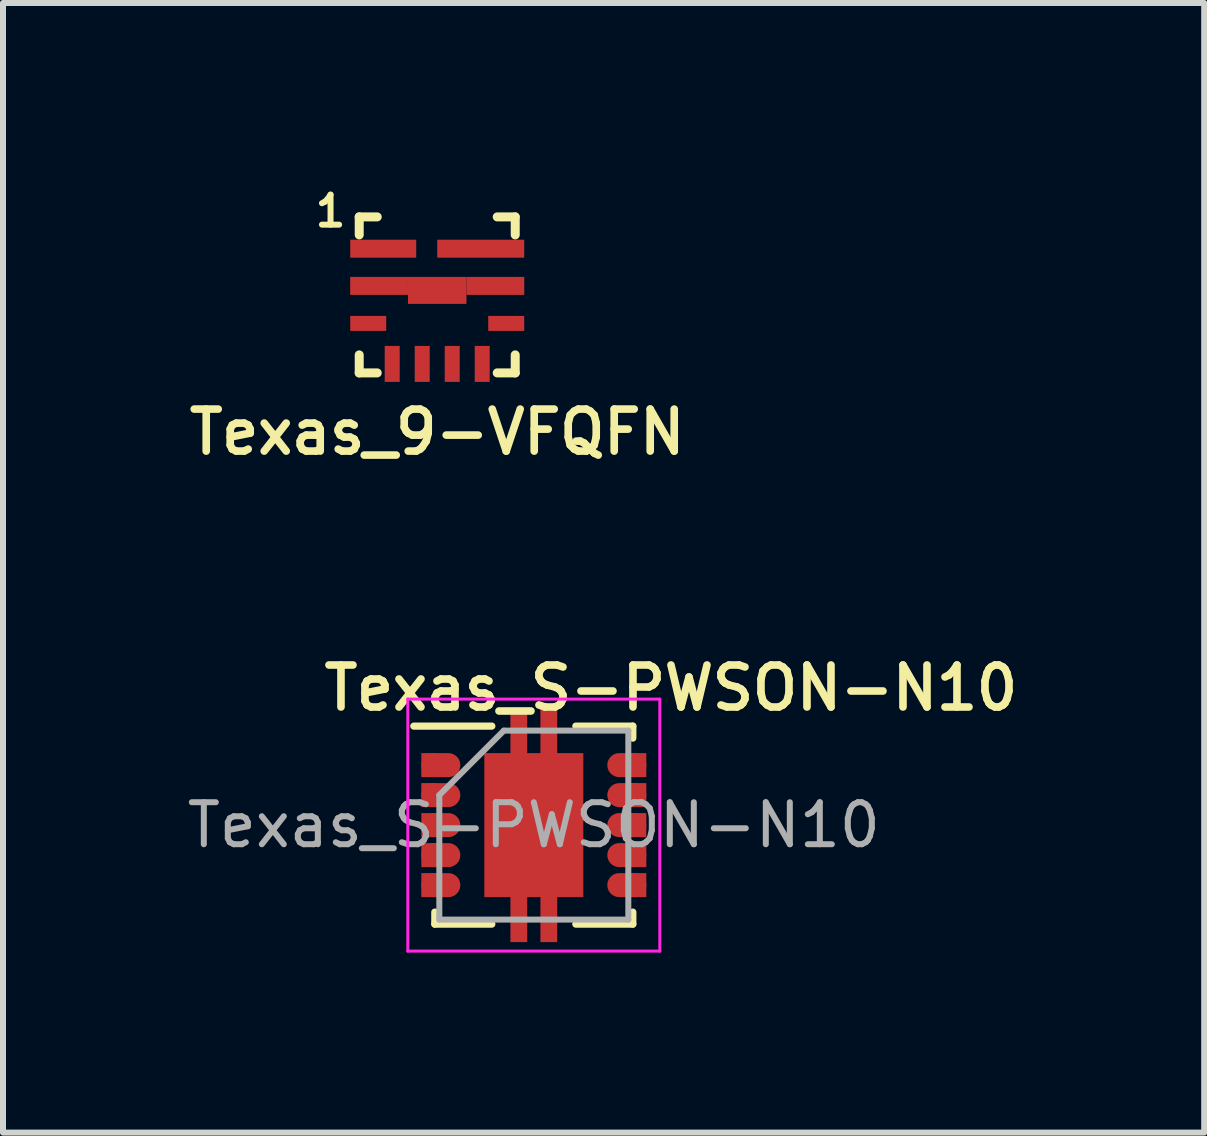
<source format=kicad_pcb>
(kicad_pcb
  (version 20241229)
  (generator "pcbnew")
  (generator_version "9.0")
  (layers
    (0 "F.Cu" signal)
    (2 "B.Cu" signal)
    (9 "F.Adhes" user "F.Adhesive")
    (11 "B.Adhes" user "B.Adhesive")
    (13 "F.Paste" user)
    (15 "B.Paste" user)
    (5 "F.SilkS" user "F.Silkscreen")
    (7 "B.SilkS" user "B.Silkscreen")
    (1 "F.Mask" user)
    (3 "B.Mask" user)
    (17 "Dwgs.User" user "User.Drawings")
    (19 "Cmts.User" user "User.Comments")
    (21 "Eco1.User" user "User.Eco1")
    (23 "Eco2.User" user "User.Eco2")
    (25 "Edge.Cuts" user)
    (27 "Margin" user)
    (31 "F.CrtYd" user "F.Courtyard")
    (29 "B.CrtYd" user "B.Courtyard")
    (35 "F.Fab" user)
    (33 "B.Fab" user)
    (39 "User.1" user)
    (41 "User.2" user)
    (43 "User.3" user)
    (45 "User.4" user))
  (footprint "Texas_S-PWSON-N10"
    (layer "F.Cu")
    (at 5.847 10.702)
    (property "Reference" "Texas_S-PWSON-N10" (at 2.286 -2.286 0) (layer "F.SilkS") (effects (font (size 0.7 0.7) (thickness 0.127))))
    (attr smd)
    (fp_line (start -2 -1.65) (end -0.7 -1.65) (stroke (width 0.12) (type solid)) (layer "F.SilkS"))
    (fp_line (start -1.65 1.65) (end -1.65 1.45) (stroke (width 0.12) (type solid)) (layer "F.SilkS"))
    (fp_line (start -1.65 1.65) (end -0.7 1.65) (stroke (width 0.12) (type solid)) (layer "F.SilkS"))
    (fp_line (start 0.7 -1.65) (end 1.65 -1.65) (stroke (width 0.12) (type solid)) (layer "F.SilkS"))
    (fp_line (start 0.7 1.65) (end 1.65 1.65) (stroke (width 0.12) (type solid)) (layer "F.SilkS"))
    (fp_line (start 1.65 -1.45) (end 1.65 -1.65) (stroke (width 0.12) (type solid)) (layer "F.SilkS"))
    (fp_line (start 1.65 1.45) (end 1.65 1.65) (stroke (width 0.12) (type solid)) (layer "F.SilkS"))
    (fp_line (start -2.1 -2.1) (end -2.1 2.1) (stroke (width 0.05) (type solid)) (layer "F.CrtYd"))
    (fp_line (start -2.1 -2.1) (end 2.1 -2.1) (stroke (width 0.05) (type solid)) (layer "F.CrtYd"))
    (fp_line (start -2.1 2.1) (end 2.1 2.1) (stroke (width 0.05) (type solid)) (layer "F.CrtYd"))
    (fp_line (start 2.1 -2.1) (end 2.1 2.1) (stroke (width 0.05) (type solid)) (layer "F.CrtYd"))
    (fp_line (start -1.575 1.575) (end -1.575 -0.5) (stroke (width 0.1) (type solid)) (layer "F.Fab"))
    (fp_line (start -0.5 -1.575) (end -1.575 -0.5) (stroke (width 0.1) (type solid)) (layer "F.Fab"))
    (fp_line (start -0.5 -1.575) (end 1.575 -1.575) (stroke (width 0.1) (type solid)) (layer "F.Fab"))
    (fp_line (start 1.575 -1.575) (end 1.575 1.575) (stroke (width 0.1) (type solid)) (layer "F.Fab"))
    (fp_line (start 1.575 1.575) (end -1.575 1.575) (stroke (width 0.1) (type solid)) (layer "F.Fab"))
    (fp_text user "${REFERENCE}" (at 0 0 0) (layer "F.Fab") (effects (font (size 0.7 0.7) (thickness 0.1))))
    (pad "1" smd rect (at -1.75 -1) (size 0.25 0.4) (layers "F.Cu" "F.Mask" "F.Paste"))
    (pad "1" smd oval (at -1.55 -1) (size 0.65 0.4) (layers "F.Cu" "F.Mask" "F.Paste"))
    (pad "2" smd rect (at -1.75 -0.5) (size 0.25 0.4) (layers "F.Cu" "F.Mask" "F.Paste"))
    (pad "2" smd oval (at -1.55 -0.5) (size 0.65 0.4) (layers "F.Cu" "F.Mask" "F.Paste"))
    (pad "3" smd rect (at -1.75 0) (size 0.25 0.4) (layers "F.Cu" "F.Mask" "F.Paste"))
    (pad "3" smd oval (at -1.55 0) (size 0.65 0.4) (layers "F.Cu" "F.Mask" "F.Paste"))
    (pad "4" smd rect (at -1.75 0.5) (size 0.25 0.4) (layers "F.Cu" "F.Mask" "F.Paste"))
    (pad "4" smd oval (at -1.55 0.5) (size 0.65 0.4) (layers "F.Cu" "F.Mask" "F.Paste"))
    (pad "5" smd rect (at -1.75 1) (size 0.25 0.4) (layers "F.Cu" "F.Mask" "F.Paste"))
    (pad "5" smd oval (at -1.55 1) (size 0.65 0.4) (layers "F.Cu" "F.Mask" "F.Paste"))
    (pad "6" smd oval (at 1.55 1) (size 0.65 0.4) (layers "F.Cu" "F.Mask" "F.Paste"))
    (pad "6" smd rect (at 1.75 1) (size 0.25 0.4) (layers "F.Cu" "F.Mask" "F.Paste"))
    (pad "7" smd oval (at 1.55 0.5) (size 0.65 0.4) (layers "F.Cu" "F.Mask" "F.Paste"))
    (pad "7" smd rect (at 1.75 0.5) (size 0.25 0.4) (layers "F.Cu" "F.Mask" "F.Paste"))
    (pad "8" smd oval (at 1.55 0) (size 0.65 0.4) (layers "F.Cu" "F.Mask" "F.Paste"))
    (pad "8" smd rect (at 1.75 0) (size 0.25 0.4) (layers "F.Cu" "F.Mask" "F.Paste"))
    (pad "9" smd oval (at 1.55 -0.5) (size 0.65 0.4) (layers "F.Cu" "F.Mask" "F.Paste"))
    (pad "9" smd rect (at 1.75 -0.5) (size 0.25 0.4) (layers "F.Cu" "F.Mask" "F.Paste"))
    (pad "10" smd oval (at 1.55 -1) (size 0.65 0.4) (layers "F.Cu" "F.Mask" "F.Paste"))
    (pad "10" smd rect (at 1.75 -1) (size 0.25 0.4) (layers "F.Cu" "F.Mask" "F.Paste"))
    (pad "11" smd rect (at -0.45 -0.635) (size 0.68 1.05) (layers "F.Cu" "F.Mask" "F.Paste"))
    (pad "11" smd rect (at -0.45 0.635) (size 0.68 1.05) (layers "F.Cu" "F.Mask" "F.Paste"))
    (pad "11" smd rect (at -0.25 -1.55) (size 0.26 0.5) (layers "F.Cu" "F.Mask" "F.Paste"))
    (pad "11" smd rect (at -0.25 -1.55) (size 0.28 0.8) (layers "F.Cu" "F.Mask"))
    (pad "11" smd rect (at -0.25 1.55) (size 0.26 0.5) (layers "F.Cu" "F.Mask" "F.Paste"))
    (pad "11" smd rect (at -0.25 1.55) (size 0.28 0.8) (layers "F.Cu" "F.Mask"))
    (pad "11" smd rect (at 0 0) (size 1.65 2.4) (layers "F.Cu" "F.Mask"))
    (pad "11" smd rect (at 0.25 -1.55) (size 0.26 0.5) (layers "F.Cu" "F.Mask" "F.Paste"))
    (pad "11" smd rect (at 0.25 -1.55) (size 0.28 0.8) (layers "F.Cu" "F.Mask"))
    (pad "11" smd rect (at 0.25 1.55) (size 0.26 0.5) (layers "F.Cu" "F.Mask" "F.Paste"))
    (pad "11" smd rect (at 0.25 1.55) (size 0.28 0.8) (layers "F.Cu" "F.Mask"))
    (pad "11" smd rect (at 0.45 -0.635) (size 0.68 1.05) (layers "F.Cu" "F.Mask" "F.Paste"))
    (pad "11" smd rect (at 0.45 0.635) (size 0.68 1.05) (layers "F.Cu" "F.Mask" "F.Paste")))
  (footprint "Texas_9-VFQFN"
    (layer "F.Cu")
    (at 4.237 1.865)
    (property "Reference" "Texas_9-VFQFN" (at 0 2.286 0) (layer "F.SilkS") (effects (font (size 0.7 0.7) (thickness 0.127))))
    (attr through_hole)
    (fp_line (start -1.3 -1.3) (end -1.3 -1) (stroke (width 0.15) (type solid)) (layer "F.SilkS"))
    (fp_line (start -1.3 -1.3) (end -1 -1.3) (stroke (width 0.15) (type solid)) (layer "F.SilkS"))
    (fp_line (start -1.3 1.3) (end -1.3 1) (stroke (width 0.15) (type solid)) (layer "F.SilkS"))
    (fp_line (start -1.3 1.3) (end -1 1.3) (stroke (width 0.15) (type solid)) (layer "F.SilkS"))
    (fp_line (start 1.3 -1.3) (end 1 -1.3) (stroke (width 0.15) (type solid)) (layer "F.SilkS"))
    (fp_line (start 1.3 -1.3) (end 1.3 -1) (stroke (width 0.15) (type solid)) (layer "F.SilkS"))
    (fp_line (start 1.3 1.3) (end 1 1.3) (stroke (width 0.15) (type solid)) (layer "F.SilkS"))
    (fp_line (start 1.3 1.3) (end 1.3 1) (stroke (width 0.15) (type solid)) (layer "F.SilkS"))
    (fp_text user "1" (at -1.778 -1.397 0) (layer "F.SilkS") (effects (font (size 0.5 0.5) (thickness 0.1))))
    (pad "1" smd rect (at -0.9 -0.77) (size 1.1 0.3) (layers "F.Cu" "F.Mask" "F.Paste"))
    (pad "2" smd rect (at -0.969 -0.15) (size 0.963 0.3) (layers "F.Cu" "F.Mask" "F.Paste"))
    (pad "2" smd rect (at 0 -0.075) (size 0.975 0.45) (layers "F.Cu" "F.Mask" "F.Paste"))
    (pad "2" smd rect (at 0.969 -0.15) (size 0.963 0.3) (layers "F.Cu" "F.Mask" "F.Paste"))
    (pad "3" smd rect (at -1.15 0.475 90) (size 0.25 0.6) (layers "F.Cu" "F.Mask" "F.Paste"))
    (pad "4" smd rect (at -0.75 1.15) (size 0.25 0.6) (layers "F.Cu" "F.Mask" "F.Paste"))
    (pad "5" smd rect (at -0.25 1.15) (size 0.25 0.6) (layers "F.Cu" "F.Mask" "F.Paste"))
    (pad "6" smd rect (at 0.25 1.15) (size 0.25 0.6) (layers "F.Cu" "F.Mask" "F.Paste"))
    (pad "7" smd rect (at 0.75 1.15) (size 0.25 0.6) (layers "F.Cu" "F.Mask" "F.Paste"))
    (pad "8" smd rect (at 1.15 0.475 90) (size 0.25 0.6) (layers "F.Cu" "F.Mask" "F.Paste"))
    (pad "9" smd rect (at 0.725 -0.77) (size 1.45 0.3) (layers "F.Cu" "F.Mask" "F.Paste")))
  (gr_rect
    (start -3 -3)
    (end 17.02 15.827)
    (stroke (width 0.1) (type default))
    (fill no)
    (layer "Edge.Cuts")))
</source>
